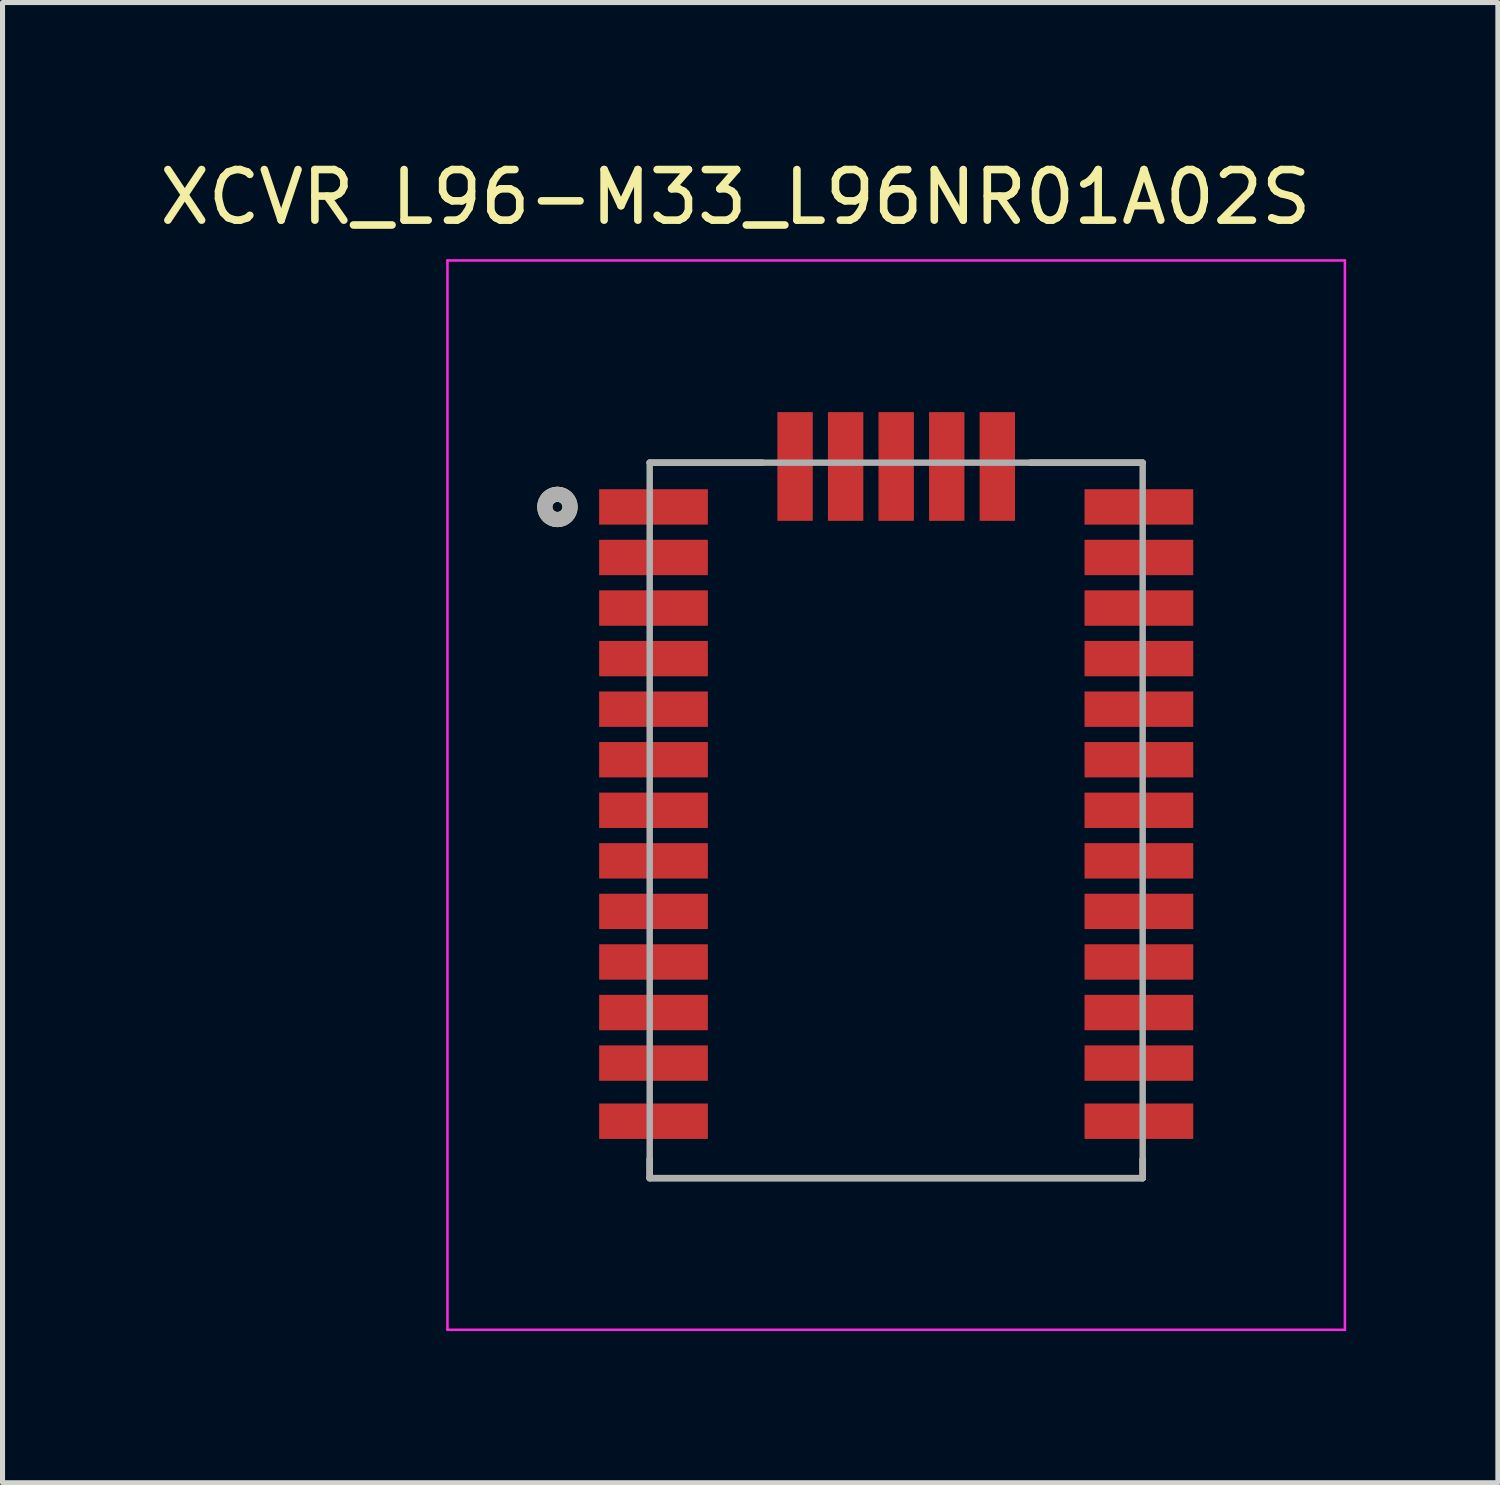
<source format=kicad_pcb>
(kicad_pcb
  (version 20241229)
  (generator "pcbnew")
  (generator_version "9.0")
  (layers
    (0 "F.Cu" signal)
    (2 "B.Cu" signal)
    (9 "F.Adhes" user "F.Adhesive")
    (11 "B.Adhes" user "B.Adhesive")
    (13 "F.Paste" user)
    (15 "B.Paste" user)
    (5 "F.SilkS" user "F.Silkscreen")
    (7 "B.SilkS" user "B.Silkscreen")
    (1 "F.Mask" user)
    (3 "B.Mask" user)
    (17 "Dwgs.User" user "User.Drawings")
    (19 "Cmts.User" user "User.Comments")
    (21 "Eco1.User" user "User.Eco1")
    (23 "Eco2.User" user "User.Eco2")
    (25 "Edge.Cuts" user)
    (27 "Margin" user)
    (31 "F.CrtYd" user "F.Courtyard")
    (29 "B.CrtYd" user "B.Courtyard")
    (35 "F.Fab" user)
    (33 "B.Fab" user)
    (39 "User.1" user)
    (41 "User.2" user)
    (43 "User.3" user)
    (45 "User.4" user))
  (footprint "XCVR_L96-M33_L96NR01A02S"
    (layer "F.Cu")
    (at 14.675 13.176)
    (property "Reference" "XCVR_L96-M33_L96NR01A02S" (at -3.179 -12.327 0) (layer "F.SilkS") (effects (font (size 1.001 1.001) (thickness 0.15))))
    (attr through_hole)
    (fp_line (start -4.875 -7.075) (end -2.65 -7.075) (stroke (width 0.127) (type solid)) (layer "F.SilkS"))
    (fp_line (start -4.875 6.7) (end -4.875 7.075) (stroke (width 0.127) (type solid)) (layer "F.SilkS"))
    (fp_line (start -4.875 7.075) (end 4.875 7.075) (stroke (width 0.127) (type solid)) (layer "F.SilkS"))
    (fp_line (start 2.65 -7.075) (end 4.875 -7.075) (stroke (width 0.127) (type solid)) (layer "F.SilkS"))
    (fp_line (start 4.875 7.075) (end 4.875 6.7) (stroke (width 0.127) (type solid)) (layer "F.SilkS"))
    (fp_circle (center -6.7 -6.2) (end -6.6 -6.2) (stroke (width 0.3) (type solid)) (fill no) (layer "F.SilkS"))
    (fp_poly (pts (xy -6.275 -6.55) (xy -3.825 -6.55) (xy -3.825 -5.85) (xy -6.275 -5.85)) (stroke (width 0.01) (type solid)) (fill yes) (layer "F.Paste"))
    (fp_poly (pts (xy -6.275 -5.55) (xy -3.825 -5.55) (xy -3.825 -4.85) (xy -6.275 -4.85)) (stroke (width 0.01) (type solid)) (fill yes) (layer "F.Paste"))
    (fp_poly (pts (xy -6.275 -4.55) (xy -3.825 -4.55) (xy -3.825 -3.85) (xy -6.275 -3.85)) (stroke (width 0.01) (type solid)) (fill yes) (layer "F.Paste"))
    (fp_poly (pts (xy -6.275 -3.55) (xy -3.825 -3.55) (xy -3.825 -2.85) (xy -6.275 -2.85)) (stroke (width 0.01) (type solid)) (fill yes) (layer "F.Paste"))
    (fp_poly (pts (xy -6.275 -2.55) (xy -3.825 -2.55) (xy -3.825 -1.85) (xy -6.275 -1.85)) (stroke (width 0.01) (type solid)) (fill yes) (layer "F.Paste"))
    (fp_poly (pts (xy -6.275 -1.55) (xy -3.825 -1.55) (xy -3.825 -0.85) (xy -6.275 -0.85)) (stroke (width 0.01) (type solid)) (fill yes) (layer "F.Paste"))
    (fp_poly (pts (xy -6.275 -0.55) (xy -3.825 -0.55) (xy -3.825 0.15) (xy -6.275 0.15)) (stroke (width 0.01) (type solid)) (fill yes) (layer "F.Paste"))
    (fp_poly (pts (xy -6.275 0.45) (xy -3.825 0.45) (xy -3.825 1.15) (xy -6.275 1.15)) (stroke (width 0.01) (type solid)) (fill yes) (layer "F.Paste"))
    (fp_poly (pts (xy -6.275 1.45) (xy -3.825 1.45) (xy -3.825 2.15) (xy -6.275 2.15)) (stroke (width 0.01) (type solid)) (fill yes) (layer "F.Paste"))
    (fp_poly (pts (xy -6.275 2.45) (xy -3.825 2.45) (xy -3.825 3.15) (xy -6.275 3.15)) (stroke (width 0.01) (type solid)) (fill yes) (layer "F.Paste"))
    (fp_poly (pts (xy -6.275 3.45) (xy -3.825 3.45) (xy -3.825 4.15) (xy -6.275 4.15)) (stroke (width 0.01) (type solid)) (fill yes) (layer "F.Paste"))
    (fp_poly (pts (xy -6.275 4.45) (xy -3.825 4.45) (xy -3.825 5.15) (xy -6.275 5.15)) (stroke (width 0.01) (type solid)) (fill yes) (layer "F.Paste"))
    (fp_poly (pts (xy -6.275 5.6) (xy -3.825 5.6) (xy -3.825 6.3) (xy -6.275 6.3)) (stroke (width 0.01) (type solid)) (fill yes) (layer "F.Paste"))
    (fp_poly (pts (xy -2.35 -8.475) (xy -1.65 -8.475) (xy -1.65 -6.025) (xy -2.35 -6.025)) (stroke (width 0.01) (type solid)) (fill yes) (layer "F.Paste"))
    (fp_poly (pts (xy -1.35 -8.475) (xy -0.65 -8.475) (xy -0.65 -6.025) (xy -1.35 -6.025)) (stroke (width 0.01) (type solid)) (fill yes) (layer "F.Paste"))
    (fp_poly (pts (xy -0.35 -8.475) (xy 0.35 -8.475) (xy 0.35 -6.025) (xy -0.35 -6.025)) (stroke (width 0.01) (type solid)) (fill yes) (layer "F.Paste"))
    (fp_poly (pts (xy 0.65 -8.475) (xy 1.35 -8.475) (xy 1.35 -6.025) (xy 0.65 -6.025)) (stroke (width 0.01) (type solid)) (fill yes) (layer "F.Paste"))
    (fp_poly (pts (xy 1.65 -8.475) (xy 2.35 -8.475) (xy 2.35 -6.025) (xy 1.65 -6.025)) (stroke (width 0.01) (type solid)) (fill yes) (layer "F.Paste"))
    (fp_poly (pts (xy 3.825 -6.55) (xy 6.275 -6.55) (xy 6.275 -5.85) (xy 3.825 -5.85)) (stroke (width 0.01) (type solid)) (fill yes) (layer "F.Paste"))
    (fp_poly (pts (xy 3.825 -5.55) (xy 6.275 -5.55) (xy 6.275 -4.85) (xy 3.825 -4.85)) (stroke (width 0.01) (type solid)) (fill yes) (layer "F.Paste"))
    (fp_poly (pts (xy 3.825 -4.55) (xy 6.275 -4.55) (xy 6.275 -3.85) (xy 3.825 -3.85)) (stroke (width 0.01) (type solid)) (fill yes) (layer "F.Paste"))
    (fp_poly (pts (xy 3.825 -3.55) (xy 6.275 -3.55) (xy 6.275 -2.85) (xy 3.825 -2.85)) (stroke (width 0.01) (type solid)) (fill yes) (layer "F.Paste"))
    (fp_poly (pts (xy 3.825 -2.55) (xy 6.275 -2.55) (xy 6.275 -1.85) (xy 3.825 -1.85)) (stroke (width 0.01) (type solid)) (fill yes) (layer "F.Paste"))
    (fp_poly (pts (xy 3.825 -1.55) (xy 6.275 -1.55) (xy 6.275 -0.85) (xy 3.825 -0.85)) (stroke (width 0.01) (type solid)) (fill yes) (layer "F.Paste"))
    (fp_poly (pts (xy 3.825 -0.55) (xy 6.275 -0.55) (xy 6.275 0.15) (xy 3.825 0.15)) (stroke (width 0.01) (type solid)) (fill yes) (layer "F.Paste"))
    (fp_poly (pts (xy 3.825 0.45) (xy 6.275 0.45) (xy 6.275 1.15) (xy 3.825 1.15)) (stroke (width 0.01) (type solid)) (fill yes) (layer "F.Paste"))
    (fp_poly (pts (xy 3.825 1.45) (xy 6.275 1.45) (xy 6.275 2.15) (xy 3.825 2.15)) (stroke (width 0.01) (type solid)) (fill yes) (layer "F.Paste"))
    (fp_poly (pts (xy 3.825 2.45) (xy 6.275 2.45) (xy 6.275 3.15) (xy 3.825 3.15)) (stroke (width 0.01) (type solid)) (fill yes) (layer "F.Paste"))
    (fp_poly (pts (xy 3.825 3.45) (xy 6.275 3.45) (xy 6.275 4.15) (xy 3.825 4.15)) (stroke (width 0.01) (type solid)) (fill yes) (layer "F.Paste"))
    (fp_poly (pts (xy 3.825 4.45) (xy 6.275 4.45) (xy 6.275 5.15) (xy 3.825 5.15)) (stroke (width 0.01) (type solid)) (fill yes) (layer "F.Paste"))
    (fp_poly (pts (xy 3.825 5.6) (xy 6.275 5.6) (xy 6.275 6.3) (xy 3.825 6.3)) (stroke (width 0.01) (type solid)) (fill yes) (layer "F.Paste"))
    (fp_line (start -8.875 -11.075) (end -8.875 10.075) (stroke (width 0.05) (type solid)) (layer "F.CrtYd"))
    (fp_line (start -8.875 10.075) (end 8.875 10.075) (stroke (width 0.05) (type solid)) (layer "F.CrtYd"))
    (fp_line (start 8.875 -11.075) (end -8.875 -11.075) (stroke (width 0.05) (type solid)) (layer "F.CrtYd"))
    (fp_line (start 8.875 10.075) (end 8.875 -11.075) (stroke (width 0.05) (type solid)) (layer "F.CrtYd"))
    (fp_line (start -4.875 -7.075) (end 4.875 -7.075) (stroke (width 0.127) (type solid)) (layer "F.Fab"))
    (fp_line (start -4.875 7.075) (end -4.875 -7.075) (stroke (width 0.127) (type solid)) (layer "F.Fab"))
    (fp_line (start 4.875 -7.075) (end 4.875 7.075) (stroke (width 0.127) (type solid)) (layer "F.Fab"))
    (fp_line (start 4.875 7.075) (end -4.875 7.075) (stroke (width 0.127) (type solid)) (layer "F.Fab"))
    (fp_circle (center -6.7 -6.2) (end -6.6 -6.2) (stroke (width 0.3) (type solid)) (fill no) (layer "F.Fab"))
    (pad "1" smd rect (at -4.8 -6.2) (size 2.15 0.7) (layers "F.Cu" "F.Mask"))
    (pad "2" smd rect (at -4.8 -5.2) (size 2.15 0.7) (layers "F.Cu" "F.Mask"))
    (pad "3" smd rect (at -4.8 -4.2) (size 2.15 0.7) (layers "F.Cu" "F.Mask"))
    (pad "4" smd rect (at -4.8 -3.2) (size 2.15 0.7) (layers "F.Cu" "F.Mask"))
    (pad "5" smd rect (at -4.8 -2.2) (size 2.15 0.7) (layers "F.Cu" "F.Mask"))
    (pad "6" smd rect (at -4.8 -1.2) (size 2.15 0.7) (layers "F.Cu" "F.Mask"))
    (pad "7" smd rect (at -4.8 -0.2) (size 2.15 0.7) (layers "F.Cu" "F.Mask"))
    (pad "8" smd rect (at -4.8 0.8) (size 2.15 0.7) (layers "F.Cu" "F.Mask"))
    (pad "9" smd rect (at -4.8 1.8) (size 2.15 0.7) (layers "F.Cu" "F.Mask"))
    (pad "10" smd rect (at -4.8 2.8) (size 2.15 0.7) (layers "F.Cu" "F.Mask"))
    (pad "11" smd rect (at -4.8 3.8) (size 2.15 0.7) (layers "F.Cu" "F.Mask"))
    (pad "12" smd rect (at -4.8 4.8) (size 2.15 0.7) (layers "F.Cu" "F.Mask"))
    (pad "13" smd rect (at -4.8 5.95) (size 2.15 0.7) (layers "F.Cu" "F.Mask"))
    (pad "14" smd rect (at 4.8 5.95) (size 2.15 0.7) (layers "F.Cu" "F.Mask"))
    (pad "15" smd rect (at 4.8 4.8) (size 2.15 0.7) (layers "F.Cu" "F.Mask"))
    (pad "16" smd rect (at 4.8 3.8) (size 2.15 0.7) (layers "F.Cu" "F.Mask"))
    (pad "17" smd rect (at 4.8 2.8) (size 2.15 0.7) (layers "F.Cu" "F.Mask"))
    (pad "18" smd rect (at 4.8 1.8) (size 2.15 0.7) (layers "F.Cu" "F.Mask"))
    (pad "19" smd rect (at 4.8 0.8) (size 2.15 0.7) (layers "F.Cu" "F.Mask"))
    (pad "20" smd rect (at 4.8 -0.2) (size 2.15 0.7) (layers "F.Cu" "F.Mask"))
    (pad "21" smd rect (at 4.8 -1.2) (size 2.15 0.7) (layers "F.Cu" "F.Mask"))
    (pad "22" smd rect (at 4.8 -2.2) (size 2.15 0.7) (layers "F.Cu" "F.Mask"))
    (pad "23" smd rect (at 4.8 -3.2) (size 2.15 0.7) (layers "F.Cu" "F.Mask"))
    (pad "24" smd rect (at 4.8 -4.2) (size 2.15 0.7) (layers "F.Cu" "F.Mask"))
    (pad "25" smd rect (at 4.8 -5.2) (size 2.15 0.7) (layers "F.Cu" "F.Mask"))
    (pad "26" smd rect (at 4.8 -6.2) (size 2.15 0.7) (layers "F.Cu" "F.Mask"))
    (pad "27" smd rect (at 2 -7 90) (size 2.15 0.7) (layers "F.Cu" "F.Mask"))
    (pad "28" smd rect (at 1 -7 90) (size 2.15 0.7) (layers "F.Cu" "F.Mask"))
    (pad "29" smd rect (at 0 -7 90) (size 2.15 0.7) (layers "F.Cu" "F.Mask"))
    (pad "30" smd rect (at -1 -7 90) (size 2.15 0.7) (layers "F.Cu" "F.Mask"))
    (pad "31" smd rect (at -2 -7 90) (size 2.15 0.7) (layers "F.Cu" "F.Mask")))
  (gr_rect
    (start -3 -3)
    (end 26.575 26.276)
    (stroke (width 0.1) (type default))
    (fill no)
    (layer "Edge.Cuts")))
</source>
